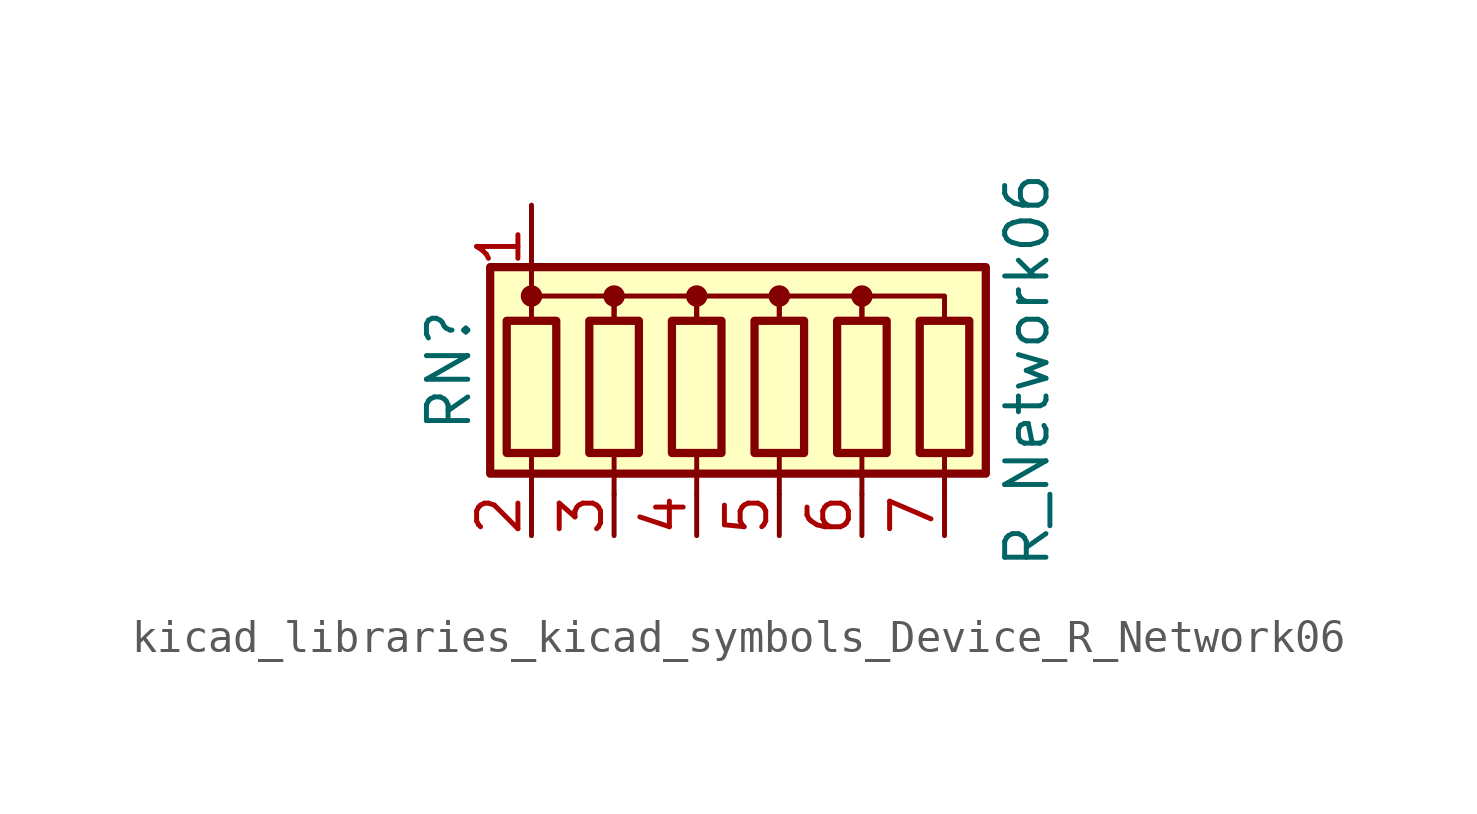
<source format=kicad_sym>
(kicad_symbol_lib
  (version 20220914)
  (generator kicad_symbol_editor)
  (symbol "kicad_libraries_kicad_symbols_Device_R_Network06"
    (pin_names
      (offset 0) hide)
    (property "Reference" "RN"
      (at -10.16 0 90)
      (effects (font (size 1.27 1.27))))
    (property "Value" "R_Network06"
      (at 7.62 0 90)
      (effects (font (size 1.27 1.27))))
    (symbol "kicad_libraries_kicad_symbols_Device_R_Network06_0_1"
      (rectangle (start -8.89 -3.175) (end 6.35 3.175) (stroke (width 0.254) (type default)) (fill (type background)))
      (rectangle (start -8.382 1.524) (end -6.858 -2.54) (stroke (width 0.254) (type default)) (fill (type none)))
      (circle (center -7.62 2.286) (radius 0.254) (stroke (width 0) (type default)) (fill (type outline)))
      (rectangle (start -5.842 1.524) (end -4.318 -2.54) (stroke (width 0.254) (type default)) (fill (type none)))
      (circle (center -5.08 2.286) (radius 0.254) (stroke (width 0) (type default)) (fill (type outline)))
      (rectangle (start -3.302 1.524) (end -1.778 -2.54) (stroke (width 0.254) (type default)) (fill (type none)))
      (circle (center -2.54 2.286) (radius 0.254) (stroke (width 0) (type default)) (fill (type outline)))
      (rectangle (start -0.762 1.524) (end 0.762 -2.54) (stroke (width 0.254) (type default)) (fill (type none)))
      (polyline (pts (xy -7.62 -2.54) (xy -7.62 -3.81)) (stroke (width 0) (type default)) (fill (type none)))
      (polyline (pts (xy -5.08 -2.54) (xy -5.08 -3.81)) (stroke (width 0) (type default)) (fill (type none)))
      (polyline (pts (xy -2.54 -2.54) (xy -2.54 -3.81)) (stroke (width 0) (type default)) (fill (type none)))
      (polyline (pts (xy 0 -2.54) (xy 0 -3.81)) (stroke (width 0) (type default)) (fill (type none)))
      (polyline (pts (xy 2.54 -2.54) (xy 2.54 -3.81)) (stroke (width 0) (type default)) (fill (type none)))
      (polyline (pts (xy 5.08 -2.54) (xy 5.08 -3.81)) (stroke (width 0) (type default)) (fill (type none)))
      (polyline (pts (xy -7.62 1.524) (xy -7.62 2.286) (xy -5.08 2.286) (xy -5.08 1.524)) (stroke (width 0) (type default)) (fill (type none)))
      (polyline (pts (xy -5.08 1.524) (xy -5.08 2.286) (xy -2.54 2.286) (xy -2.54 1.524)) (stroke (width 0) (type default)) (fill (type none)))
      (polyline (pts (xy -2.54 1.524) (xy -2.54 2.286) (xy 0 2.286) (xy 0 1.524)) (stroke (width 0) (type default)) (fill (type none)))
      (polyline (pts (xy 0 1.524) (xy 0 2.286) (xy 2.54 2.286) (xy 2.54 1.524)) (stroke (width 0) (type default)) (fill (type none)))
      (polyline (pts (xy 2.54 1.524) (xy 2.54 2.286) (xy 5.08 2.286) (xy 5.08 1.524)) (stroke (width 0) (type default)) (fill (type none)))
      (circle (center 0 2.286) (radius 0.254) (stroke (width 0) (type default)) (fill (type outline)))
      (rectangle (start 1.778 1.524) (end 3.302 -2.54) (stroke (width 0.254) (type default)) (fill (type none)))
      (circle (center 2.54 2.286) (radius 0.254) (stroke (width 0) (type default)) (fill (type outline)))
      (rectangle (start 4.318 1.524) (end 5.842 -2.54) (stroke (width 0.254) (type default)) (fill (type none))))
    (symbol "kicad_libraries_kicad_symbols_Device_R_Network06_1_1"
      (pin passive line (at -7.62 5.08 270) (length 2.54) (name "common" (effects (font (size 1.27 1.27)))) (number "1" (effects (font (size 1.27 1.27)))))
      (pin passive line (at -7.62 -5.08 90) (length 1.27) (name "R1" (effects (font (size 1.27 1.27)))) (number "2" (effects (font (size 1.27 1.27)))))
      (pin passive line (at -5.08 -5.08 90) (length 1.27) (name "R2" (effects (font (size 1.27 1.27)))) (number "3" (effects (font (size 1.27 1.27)))))
      (pin passive line (at -2.54 -5.08 90) (length 1.27) (name "R3" (effects (font (size 1.27 1.27)))) (number "4" (effects (font (size 1.27 1.27)))))
      (pin passive line (at 0 -5.08 90) (length 1.27) (name "R4" (effects (font (size 1.27 1.27)))) (number "5" (effects (font (size 1.27 1.27)))))
      (pin passive line (at 2.54 -5.08 90) (length 1.27) (name "R5" (effects (font (size 1.27 1.27)))) (number "6" (effects (font (size 1.27 1.27)))))
      (pin passive line (at 5.08 -5.08 90) (length 1.27) (name "R6" (effects (font (size 1.27 1.27)))) (number "7" (effects (font (size 1.27 1.27))))))))
</source>
